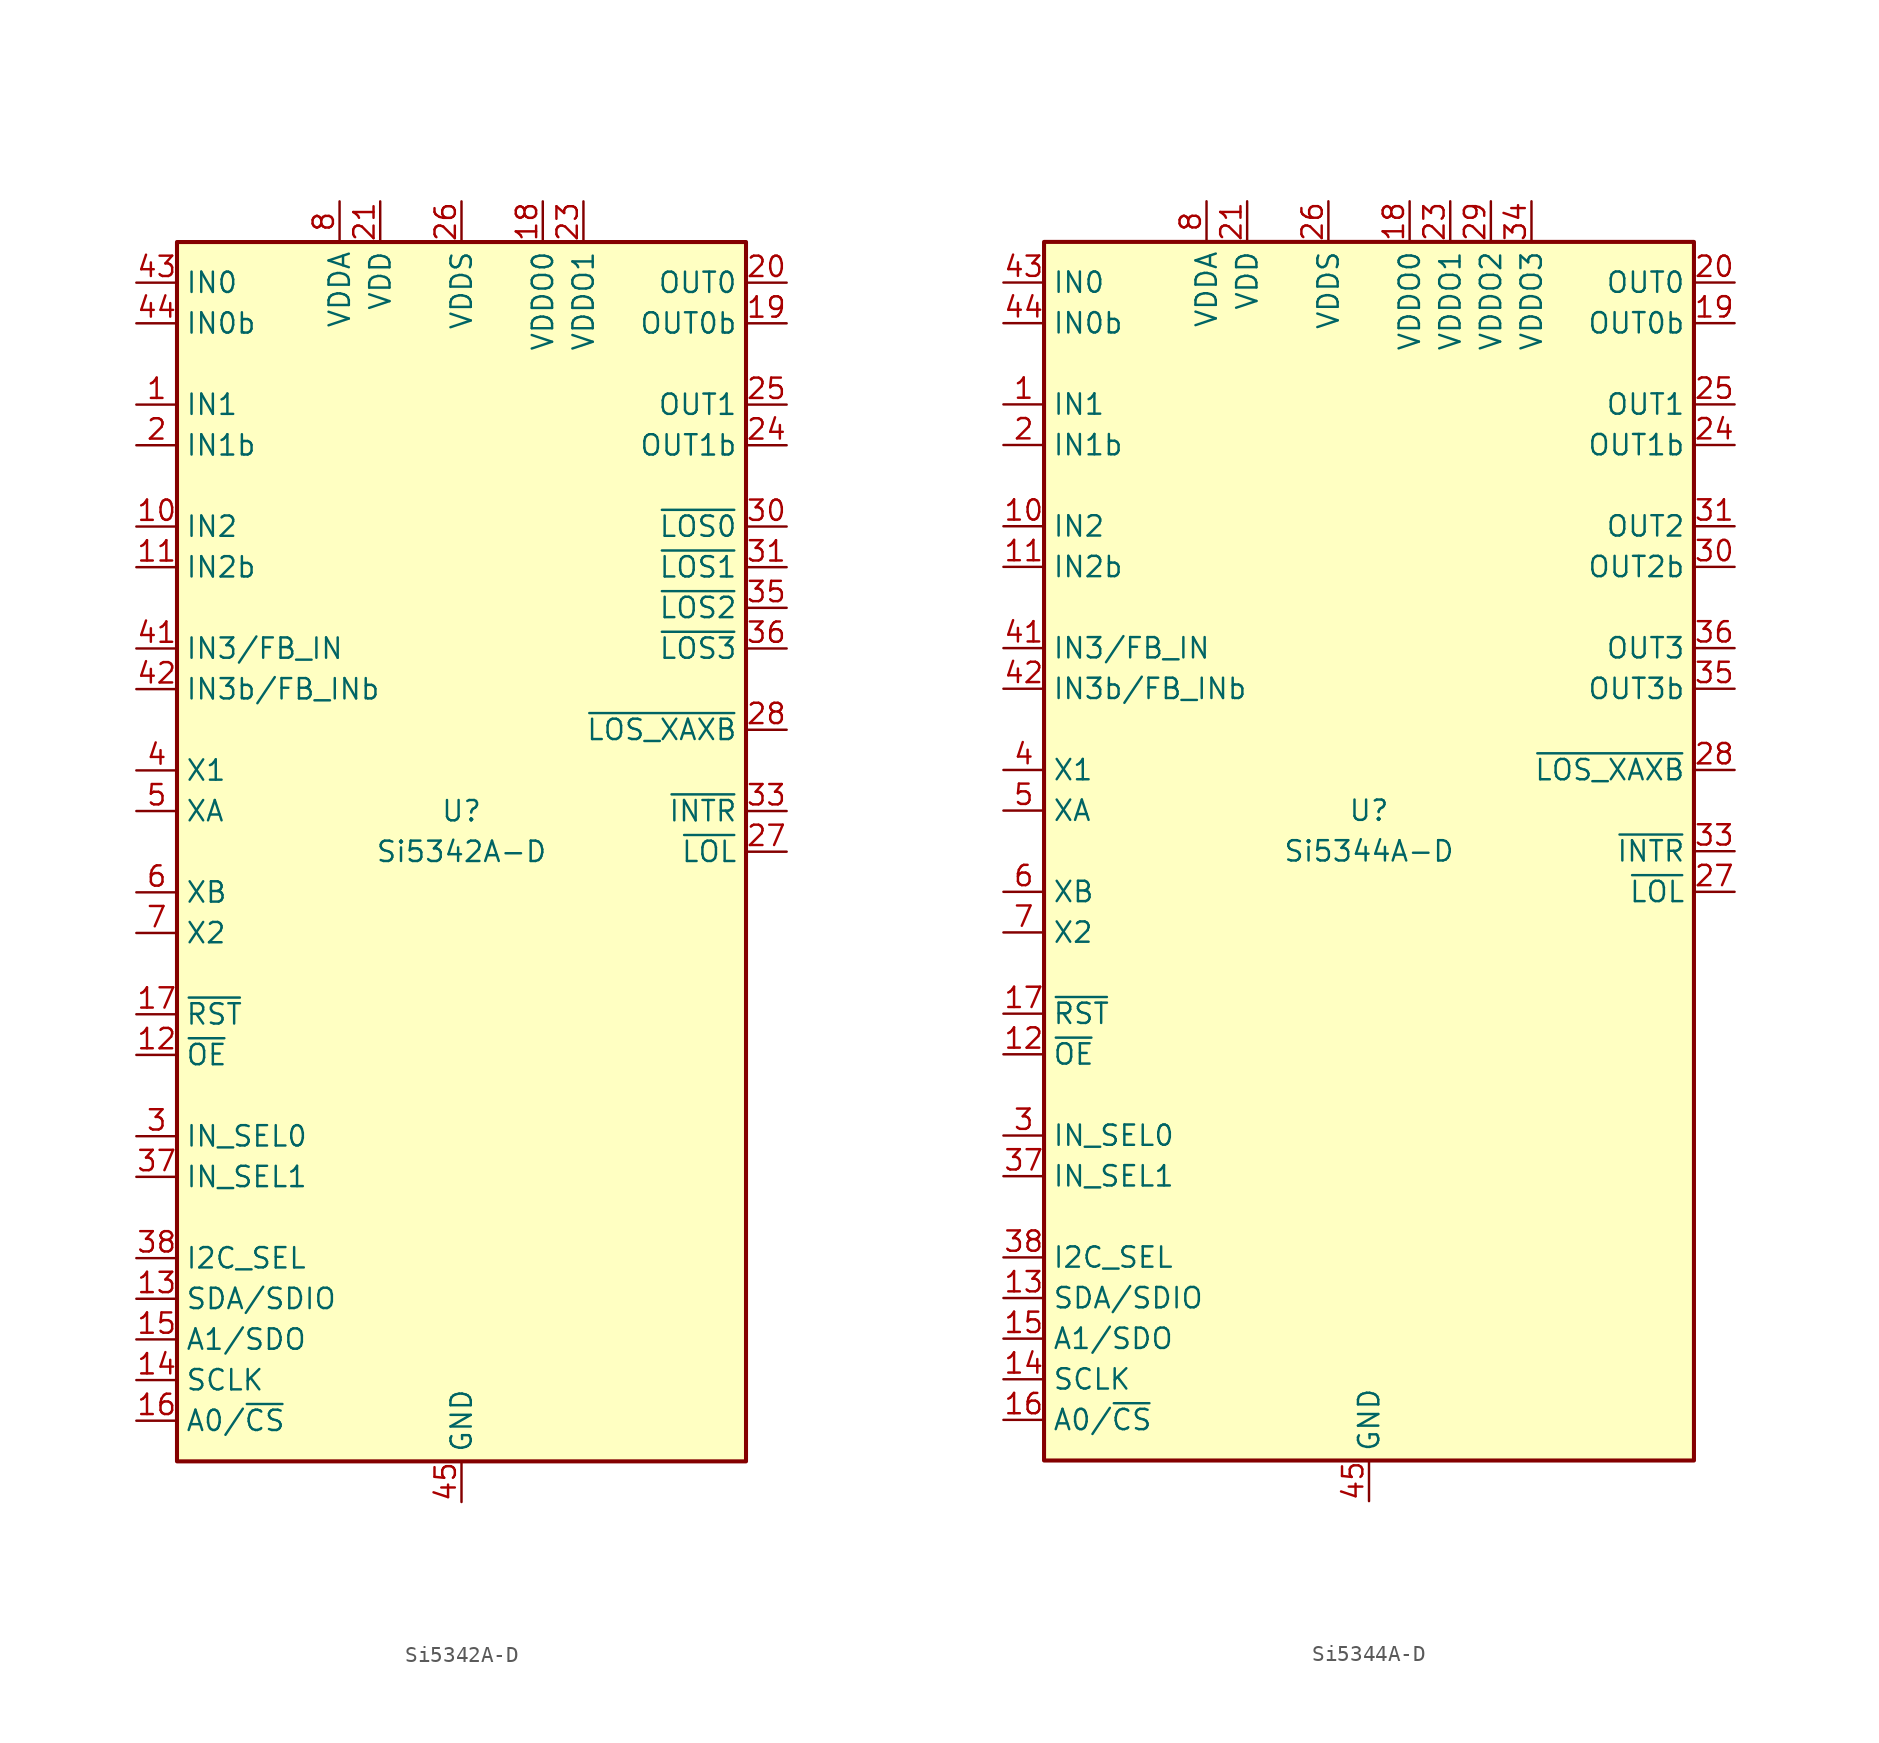
<source format=kicad_sym>
(kicad_symbol_lib
  (version 20201005)
  (generator kicad_symbol_editor)
  (symbol "Si5342A-D"
    (property "Reference" "U"
      (at 0 2.54 0)
      (effects (font (size 1.27 1.27))))
    (property "Value" "Si5342A-D"
      (at 0 0 0)
      (effects (font (size 1.27 1.27))))
    (symbol "Si5342A-D_0_1"
      (rectangle (start -17.78 38.1) (end 17.78 -38.1) (stroke (width 0.254)) (fill (type background))))
    (symbol "Si5342A-D_1_1"
      (pin input line (at -20.32 27.94 0) (length 2.54) (name "IN1" (effects (font (size 1.27 1.27)))) (number "1" (effects (font (size 1.27 1.27)))))
      (pin input line (at -20.32 20.32 0) (length 2.54) (name "IN2" (effects (font (size 1.27 1.27)))) (number "10" (effects (font (size 1.27 1.27)))))
      (pin input line (at -20.32 17.78 0) (length 2.54) (name "IN2b" (effects (font (size 1.27 1.27)))) (number "11" (effects (font (size 1.27 1.27)))))
      (pin input line (at -20.32 -12.7 0) (length 2.54) (name "~OE" (effects (font (size 1.27 1.27)))) (number "12" (effects (font (size 1.27 1.27)))))
      (pin bidirectional line (at -20.32 -27.94 0) (length 2.54) (name "SDA/SDIO" (effects (font (size 1.27 1.27)))) (number "13" (effects (font (size 1.27 1.27)))))
      (pin input line (at -20.32 -33.02 0) (length 2.54) (name "SCLK" (effects (font (size 1.27 1.27)))) (number "14" (effects (font (size 1.27 1.27)))))
      (pin bidirectional line (at -20.32 -30.48 0) (length 2.54) (name "A1/SDO" (effects (font (size 1.27 1.27)))) (number "15" (effects (font (size 1.27 1.27)))))
      (pin input line (at -20.32 -35.56 0) (length 2.54) (name "A0/~CS" (effects (font (size 1.27 1.27)))) (number "16" (effects (font (size 1.27 1.27)))))
      (pin input line (at -20.32 -10.16 0) (length 2.54) (name "~RST" (effects (font (size 1.27 1.27)))) (number "17" (effects (font (size 1.27 1.27)))))
      (pin power_in line (at 5.08 40.64 270) (length 2.54) (name "VDDO0" (effects (font (size 1.27 1.27)))) (number "18" (effects (font (size 1.27 1.27)))))
      (pin output line (at 20.32 33.02 180) (length 2.54) (name "OUT0b" (effects (font (size 1.27 1.27)))) (number "19" (effects (font (size 1.27 1.27)))))
      (pin input line (at -20.32 25.4 0) (length 2.54) (name "IN1b" (effects (font (size 1.27 1.27)))) (number "2" (effects (font (size 1.27 1.27)))))
      (pin output line (at 20.32 35.56 180) (length 2.54) (name "OUT0" (effects (font (size 1.27 1.27)))) (number "20" (effects (font (size 1.27 1.27)))))
      (pin power_in line (at -5.08 40.64 270) (length 2.54) (name "VDD" (effects (font (size 1.27 1.27)))) (number "21" (effects (font (size 1.27 1.27)))))
      (pin no_connect line (at 17.78 -35.56 180) (length 2.54) hide (name "NC" (effects (font (size 1.27 1.27)))) (number "22" (effects (font (size 1.27 1.27)))))
      (pin power_in line (at 7.62 40.64 270) (length 2.54) (name "VDDO1" (effects (font (size 1.27 1.27)))) (number "23" (effects (font (size 1.27 1.27)))))
      (pin output line (at 20.32 25.4 180) (length 2.54) (name "OUT1b" (effects (font (size 1.27 1.27)))) (number "24" (effects (font (size 1.27 1.27)))))
      (pin output line (at 20.32 27.94 180) (length 2.54) (name "OUT1" (effects (font (size 1.27 1.27)))) (number "25" (effects (font (size 1.27 1.27)))))
      (pin power_in line (at 0 40.64 270) (length 2.54) (name "VDDS" (effects (font (size 1.27 1.27)))) (number "26" (effects (font (size 1.27 1.27)))))
      (pin output line (at 20.32 0 180) (length 2.54) (name "~LOL" (effects (font (size 1.27 1.27)))) (number "27" (effects (font (size 1.27 1.27)))))
      (pin output line (at 20.32 7.62 180) (length 2.54) (name "~LOS_XAXB" (effects (font (size 1.27 1.27)))) (number "28" (effects (font (size 1.27 1.27)))))
      (pin passive line (at 0 40.64 270) (length 2.54) hide (name "VDDS" (effects (font (size 1.27 1.27)))) (number "29" (effects (font (size 1.27 1.27)))))
      (pin input line (at -20.32 -17.78 0) (length 2.54) (name "IN_SEL0" (effects (font (size 1.27 1.27)))) (number "3" (effects (font (size 1.27 1.27)))))
      (pin output line (at 20.32 20.32 180) (length 2.54) (name "~LOS0" (effects (font (size 1.27 1.27)))) (number "30" (effects (font (size 1.27 1.27)))))
      (pin output line (at 20.32 17.78 180) (length 2.54) (name "~LOS1" (effects (font (size 1.27 1.27)))) (number "31" (effects (font (size 1.27 1.27)))))
      (pin passive line (at -5.08 40.64 270) (length 2.54) hide (name "VDD" (effects (font (size 1.27 1.27)))) (number "32" (effects (font (size 1.27 1.27)))))
      (pin output line (at 20.32 2.54 180) (length 2.54) (name "~INTR" (effects (font (size 1.27 1.27)))) (number "33" (effects (font (size 1.27 1.27)))))
      (pin passive line (at 0 40.64 270) (length 2.54) hide (name "VDDS" (effects (font (size 1.27 1.27)))) (number "34" (effects (font (size 1.27 1.27)))))
      (pin output line (at 20.32 15.24 180) (length 2.54) (name "~LOS2" (effects (font (size 1.27 1.27)))) (number "35" (effects (font (size 1.27 1.27)))))
      (pin output line (at 20.32 12.7 180) (length 2.54) (name "~LOS3" (effects (font (size 1.27 1.27)))) (number "36" (effects (font (size 1.27 1.27)))))
      (pin input line (at -20.32 -20.32 0) (length 2.54) (name "IN_SEL1" (effects (font (size 1.27 1.27)))) (number "37" (effects (font (size 1.27 1.27)))))
      (pin input line (at -20.32 -25.4 0) (length 2.54) (name "I2C_SEL" (effects (font (size 1.27 1.27)))) (number "38" (effects (font (size 1.27 1.27)))))
      (pin passive line (at -5.08 40.64 270) (length 2.54) hide (name "VDD" (effects (font (size 1.27 1.27)))) (number "39" (effects (font (size 1.27 1.27)))))
      (pin input line (at -20.32 5.08 0) (length 2.54) (name "X1" (effects (font (size 1.27 1.27)))) (number "4" (effects (font (size 1.27 1.27)))))
      (pin passive line (at -5.08 40.64 270) (length 2.54) hide (name "VDD" (effects (font (size 1.27 1.27)))) (number "40" (effects (font (size 1.27 1.27)))))
      (pin input line (at -20.32 12.7 0) (length 2.54) (name "IN3/FB_IN" (effects (font (size 1.27 1.27)))) (number "41" (effects (font (size 1.27 1.27)))))
      (pin input line (at -20.32 10.16 0) (length 2.54) (name "IN3b/FB_INb" (effects (font (size 1.27 1.27)))) (number "42" (effects (font (size 1.27 1.27)))))
      (pin input line (at -20.32 35.56 0) (length 2.54) (name "IN0" (effects (font (size 1.27 1.27)))) (number "43" (effects (font (size 1.27 1.27)))))
      (pin input line (at -20.32 33.02 0) (length 2.54) (name "IN0b" (effects (font (size 1.27 1.27)))) (number "44" (effects (font (size 1.27 1.27)))))
      (pin power_in line (at 0 -40.64 90) (length 2.54) (name "GND" (effects (font (size 1.27 1.27)))) (number "45" (effects (font (size 1.27 1.27)))))
      (pin input line (at -20.32 2.54 0) (length 2.54) (name "XA" (effects (font (size 1.27 1.27)))) (number "5" (effects (font (size 1.27 1.27)))))
      (pin input line (at -20.32 -2.54 0) (length 2.54) (name "XB" (effects (font (size 1.27 1.27)))) (number "6" (effects (font (size 1.27 1.27)))))
      (pin input line (at -20.32 -5.08 0) (length 2.54) (name "X2" (effects (font (size 1.27 1.27)))) (number "7" (effects (font (size 1.27 1.27)))))
      (pin power_in line (at -7.62 40.64 270) (length 2.54) (name "VDDA" (effects (font (size 1.27 1.27)))) (number "8" (effects (font (size 1.27 1.27)))))
      (pin passive line (at -7.62 40.64 270) (length 2.54) hide (name "VDDA" (effects (font (size 1.27 1.27)))) (number "9" (effects (font (size 1.27 1.27)))))))
  (symbol "Si5344A-D"
    (property "Reference" "U"
      (at 0 2.54 0)
      (effects (font (size 1.27 1.27))))
    (property "Value" "Si5344A-D"
      (at 0 0 0)
      (effects (font (size 1.27 1.27))))
    (symbol "Si5344A-D_0_1"
      (rectangle (start -20.32 38.1) (end 20.32 -38.1) (stroke (width 0.254)) (fill (type background))))
    (symbol "Si5344A-D_1_1"
      (pin input line (at -22.86 27.94 0) (length 2.54) (name "IN1" (effects (font (size 1.27 1.27)))) (number "1" (effects (font (size 1.27 1.27)))))
      (pin input line (at -22.86 20.32 0) (length 2.54) (name "IN2" (effects (font (size 1.27 1.27)))) (number "10" (effects (font (size 1.27 1.27)))))
      (pin input line (at -22.86 17.78 0) (length 2.54) (name "IN2b" (effects (font (size 1.27 1.27)))) (number "11" (effects (font (size 1.27 1.27)))))
      (pin input line (at -22.86 -12.7 0) (length 2.54) (name "~OE" (effects (font (size 1.27 1.27)))) (number "12" (effects (font (size 1.27 1.27)))))
      (pin bidirectional line (at -22.86 -27.94 0) (length 2.54) (name "SDA/SDIO" (effects (font (size 1.27 1.27)))) (number "13" (effects (font (size 1.27 1.27)))))
      (pin input line (at -22.86 -33.02 0) (length 2.54) (name "SCLK" (effects (font (size 1.27 1.27)))) (number "14" (effects (font (size 1.27 1.27)))))
      (pin bidirectional line (at -22.86 -30.48 0) (length 2.54) (name "A1/SDO" (effects (font (size 1.27 1.27)))) (number "15" (effects (font (size 1.27 1.27)))))
      (pin input line (at -22.86 -35.56 0) (length 2.54) (name "A0/~CS" (effects (font (size 1.27 1.27)))) (number "16" (effects (font (size 1.27 1.27)))))
      (pin input line (at -22.86 -10.16 0) (length 2.54) (name "~RST" (effects (font (size 1.27 1.27)))) (number "17" (effects (font (size 1.27 1.27)))))
      (pin power_in line (at 2.54 40.64 270) (length 2.54) (name "VDDO0" (effects (font (size 1.27 1.27)))) (number "18" (effects (font (size 1.27 1.27)))))
      (pin output line (at 22.86 33.02 180) (length 2.54) (name "OUT0b" (effects (font (size 1.27 1.27)))) (number "19" (effects (font (size 1.27 1.27)))))
      (pin input line (at -22.86 25.4 0) (length 2.54) (name "IN1b" (effects (font (size 1.27 1.27)))) (number "2" (effects (font (size 1.27 1.27)))))
      (pin output line (at 22.86 35.56 180) (length 2.54) (name "OUT0" (effects (font (size 1.27 1.27)))) (number "20" (effects (font (size 1.27 1.27)))))
      (pin power_in line (at -7.62 40.64 270) (length 2.54) (name "VDD" (effects (font (size 1.27 1.27)))) (number "21" (effects (font (size 1.27 1.27)))))
      (pin no_connect line (at 20.32 -35.56 180) (length 2.54) hide (name "NC" (effects (font (size 1.27 1.27)))) (number "22" (effects (font (size 1.27 1.27)))))
      (pin power_in line (at 5.08 40.64 270) (length 2.54) (name "VDDO1" (effects (font (size 1.27 1.27)))) (number "23" (effects (font (size 1.27 1.27)))))
      (pin output line (at 22.86 25.4 180) (length 2.54) (name "OUT1b" (effects (font (size 1.27 1.27)))) (number "24" (effects (font (size 1.27 1.27)))))
      (pin output line (at 22.86 27.94 180) (length 2.54) (name "OUT1" (effects (font (size 1.27 1.27)))) (number "25" (effects (font (size 1.27 1.27)))))
      (pin power_in line (at -2.54 40.64 270) (length 2.54) (name "VDDS" (effects (font (size 1.27 1.27)))) (number "26" (effects (font (size 1.27 1.27)))))
      (pin output line (at 22.86 -2.54 180) (length 2.54) (name "~LOL" (effects (font (size 1.27 1.27)))) (number "27" (effects (font (size 1.27 1.27)))))
      (pin output line (at 22.86 5.08 180) (length 2.54) (name "~LOS_XAXB" (effects (font (size 1.27 1.27)))) (number "28" (effects (font (size 1.27 1.27)))))
      (pin power_in line (at 7.62 40.64 270) (length 2.54) (name "VDDO2" (effects (font (size 1.27 1.27)))) (number "29" (effects (font (size 1.27 1.27)))))
      (pin input line (at -22.86 -17.78 0) (length 2.54) (name "IN_SEL0" (effects (font (size 1.27 1.27)))) (number "3" (effects (font (size 1.27 1.27)))))
      (pin output line (at 22.86 17.78 180) (length 2.54) (name "OUT2b" (effects (font (size 1.27 1.27)))) (number "30" (effects (font (size 1.27 1.27)))))
      (pin output line (at 22.86 20.32 180) (length 2.54) (name "OUT2" (effects (font (size 1.27 1.27)))) (number "31" (effects (font (size 1.27 1.27)))))
      (pin passive line (at -7.62 40.64 270) (length 2.54) hide (name "VDD" (effects (font (size 1.27 1.27)))) (number "32" (effects (font (size 1.27 1.27)))))
      (pin output line (at 22.86 0 180) (length 2.54) (name "~INTR" (effects (font (size 1.27 1.27)))) (number "33" (effects (font (size 1.27 1.27)))))
      (pin power_in line (at 10.16 40.64 270) (length 2.54) (name "VDDO3" (effects (font (size 1.27 1.27)))) (number "34" (effects (font (size 1.27 1.27)))))
      (pin output line (at 22.86 10.16 180) (length 2.54) (name "OUT3b" (effects (font (size 1.27 1.27)))) (number "35" (effects (font (size 1.27 1.27)))))
      (pin output line (at 22.86 12.7 180) (length 2.54) (name "OUT3" (effects (font (size 1.27 1.27)))) (number "36" (effects (font (size 1.27 1.27)))))
      (pin input line (at -22.86 -20.32 0) (length 2.54) (name "IN_SEL1" (effects (font (size 1.27 1.27)))) (number "37" (effects (font (size 1.27 1.27)))))
      (pin input line (at -22.86 -25.4 0) (length 2.54) (name "I2C_SEL" (effects (font (size 1.27 1.27)))) (number "38" (effects (font (size 1.27 1.27)))))
      (pin passive line (at -7.62 40.64 270) (length 2.54) hide (name "VDD" (effects (font (size 1.27 1.27)))) (number "39" (effects (font (size 1.27 1.27)))))
      (pin input line (at -22.86 5.08 0) (length 2.54) (name "X1" (effects (font (size 1.27 1.27)))) (number "4" (effects (font (size 1.27 1.27)))))
      (pin passive line (at -7.62 40.64 270) (length 2.54) hide (name "VDD" (effects (font (size 1.27 1.27)))) (number "40" (effects (font (size 1.27 1.27)))))
      (pin input line (at -22.86 12.7 0) (length 2.54) (name "IN3/FB_IN" (effects (font (size 1.27 1.27)))) (number "41" (effects (font (size 1.27 1.27)))))
      (pin input line (at -22.86 10.16 0) (length 2.54) (name "IN3b/FB_INb" (effects (font (size 1.27 1.27)))) (number "42" (effects (font (size 1.27 1.27)))))
      (pin input line (at -22.86 35.56 0) (length 2.54) (name "IN0" (effects (font (size 1.27 1.27)))) (number "43" (effects (font (size 1.27 1.27)))))
      (pin input line (at -22.86 33.02 0) (length 2.54) (name "IN0b" (effects (font (size 1.27 1.27)))) (number "44" (effects (font (size 1.27 1.27)))))
      (pin power_in line (at 0 -40.64 90) (length 2.54) (name "GND" (effects (font (size 1.27 1.27)))) (number "45" (effects (font (size 1.27 1.27)))))
      (pin input line (at -22.86 2.54 0) (length 2.54) (name "XA" (effects (font (size 1.27 1.27)))) (number "5" (effects (font (size 1.27 1.27)))))
      (pin input line (at -22.86 -2.54 0) (length 2.54) (name "XB" (effects (font (size 1.27 1.27)))) (number "6" (effects (font (size 1.27 1.27)))))
      (pin input line (at -22.86 -5.08 0) (length 2.54) (name "X2" (effects (font (size 1.27 1.27)))) (number "7" (effects (font (size 1.27 1.27)))))
      (pin power_in line (at -10.16 40.64 270) (length 2.54) (name "VDDA" (effects (font (size 1.27 1.27)))) (number "8" (effects (font (size 1.27 1.27)))))
      (pin passive line (at -10.16 40.64 270) (length 2.54) hide (name "VDDA" (effects (font (size 1.27 1.27)))) (number "9" (effects (font (size 1.27 1.27))))))))
</source>
